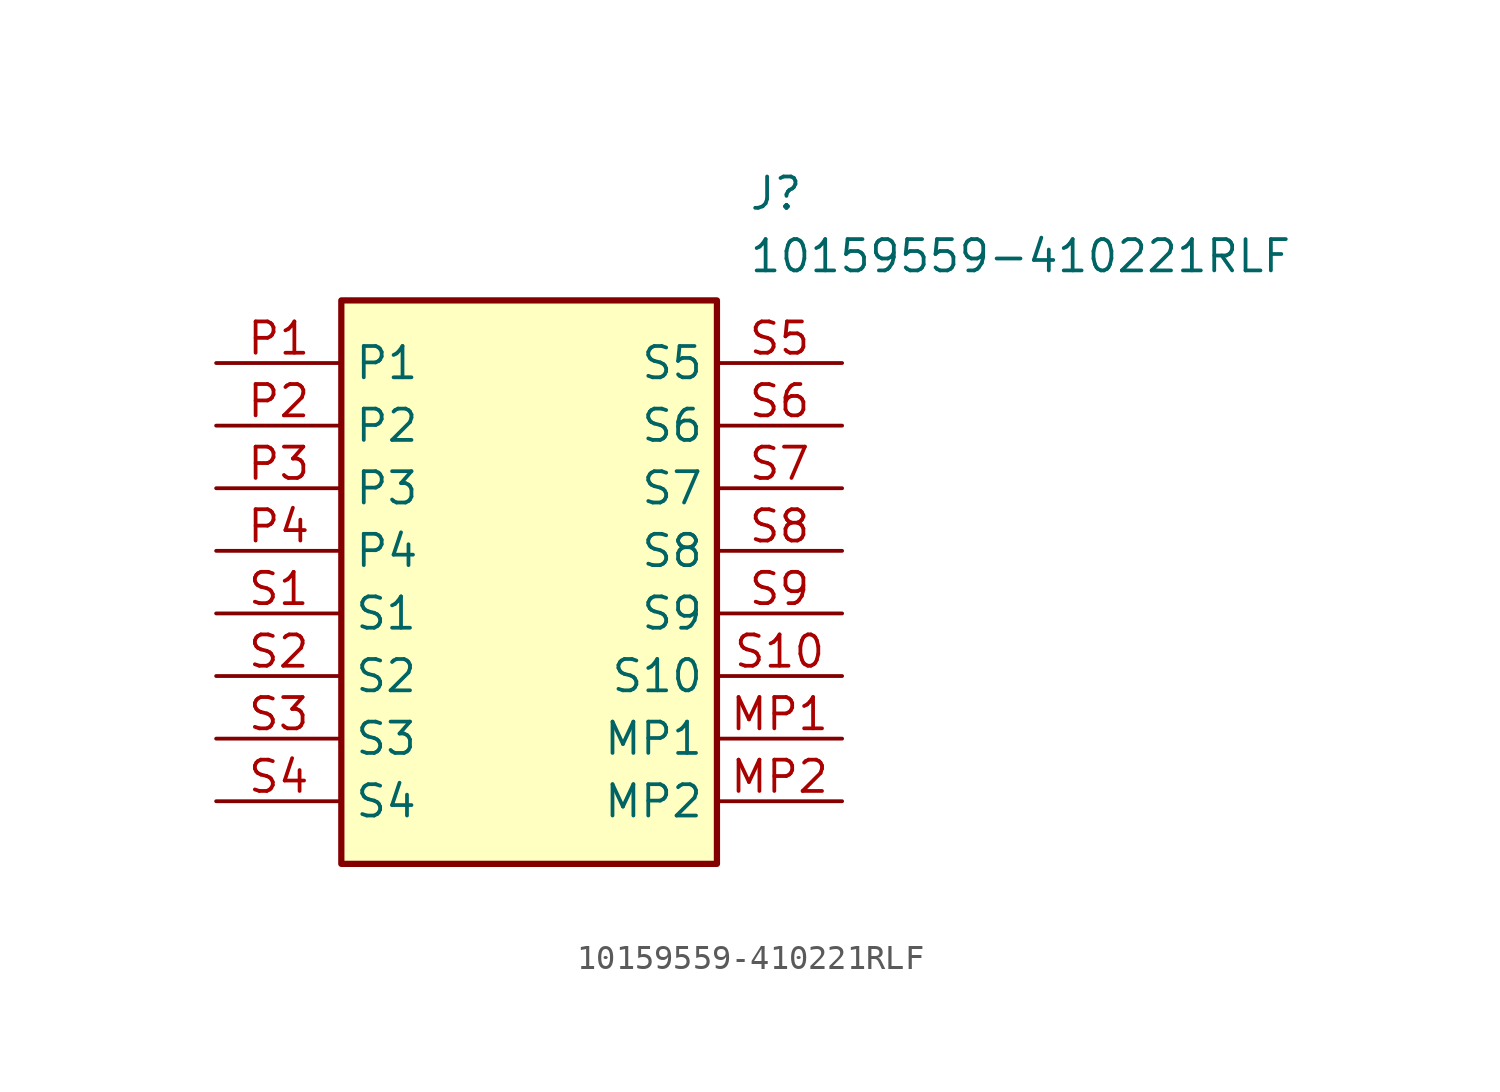
<source format=kicad_sym>
(kicad_symbol_lib
  (version 20211014)
  (generator SamacSys_ECAD_Model)
  (symbol "10159559-410221RLF"
    (property "Reference" "J"
      (at 21.59 7.62 0)
      (effects (font (size 1.27 1.27)) (justify left top)))
    (property "Value" "10159559-410221RLF"
      (at 21.59 5.08 0)
      (effects (font (size 1.27 1.27)) (justify left top)))
    (rectangle
      (start 5.08 2.54)
      (end 20.32 -20.32)
      (stroke (width 0.254) (type default))
      (fill (type background)))
    (pin passive line
      (at 0 0 0)
      (length 5.08)
      (name "P1" (effects (font (size 1.27 1.27))))
      (number "P1" (effects (font (size 1.27 1.27)))))
    (pin passive line
      (at 0 -2.54 0)
      (length 5.08)
      (name "P2" (effects (font (size 1.27 1.27))))
      (number "P2" (effects (font (size 1.27 1.27)))))
    (pin passive line
      (at 0 -5.08 0)
      (length 5.08)
      (name "P3" (effects (font (size 1.27 1.27))))
      (number "P3" (effects (font (size 1.27 1.27)))))
    (pin passive line
      (at 0 -7.62 0)
      (length 5.08)
      (name "P4" (effects (font (size 1.27 1.27))))
      (number "P4" (effects (font (size 1.27 1.27)))))
    (pin passive line
      (at 0 -10.16 0)
      (length 5.08)
      (name "S1" (effects (font (size 1.27 1.27))))
      (number "S1" (effects (font (size 1.27 1.27)))))
    (pin passive line
      (at 0 -12.7 0)
      (length 5.08)
      (name "S2" (effects (font (size 1.27 1.27))))
      (number "S2" (effects (font (size 1.27 1.27)))))
    (pin passive line
      (at 0 -15.24 0)
      (length 5.08)
      (name "S3" (effects (font (size 1.27 1.27))))
      (number "S3" (effects (font (size 1.27 1.27)))))
    (pin passive line
      (at 0 -17.78 0)
      (length 5.08)
      (name "S4" (effects (font (size 1.27 1.27))))
      (number "S4" (effects (font (size 1.27 1.27)))))
    (pin passive line
      (at 25.4 0 180)
      (length 5.08)
      (name "S5" (effects (font (size 1.27 1.27))))
      (number "S5" (effects (font (size 1.27 1.27)))))
    (pin passive line
      (at 25.4 -2.54 180)
      (length 5.08)
      (name "S6" (effects (font (size 1.27 1.27))))
      (number "S6" (effects (font (size 1.27 1.27)))))
    (pin passive line
      (at 25.4 -5.08 180)
      (length 5.08)
      (name "S7" (effects (font (size 1.27 1.27))))
      (number "S7" (effects (font (size 1.27 1.27)))))
    (pin passive line
      (at 25.4 -7.62 180)
      (length 5.08)
      (name "S8" (effects (font (size 1.27 1.27))))
      (number "S8" (effects (font (size 1.27 1.27)))))
    (pin passive line
      (at 25.4 -10.16 180)
      (length 5.08)
      (name "S9" (effects (font (size 1.27 1.27))))
      (number "S9" (effects (font (size 1.27 1.27)))))
    (pin passive line
      (at 25.4 -12.7 180)
      (length 5.08)
      (name "S10" (effects (font (size 1.27 1.27))))
      (number "S10" (effects (font (size 1.27 1.27)))))
    (pin passive line
      (at 25.4 -15.24 180)
      (length 5.08)
      (name "MP1" (effects (font (size 1.27 1.27))))
      (number "MP1" (effects (font (size 1.27 1.27)))))
    (pin passive line
      (at 25.4 -17.78 180)
      (length 5.08)
      (name "MP2" (effects (font (size 1.27 1.27))))
      (number "MP2" (effects (font (size 1.27 1.27)))))))
</source>
